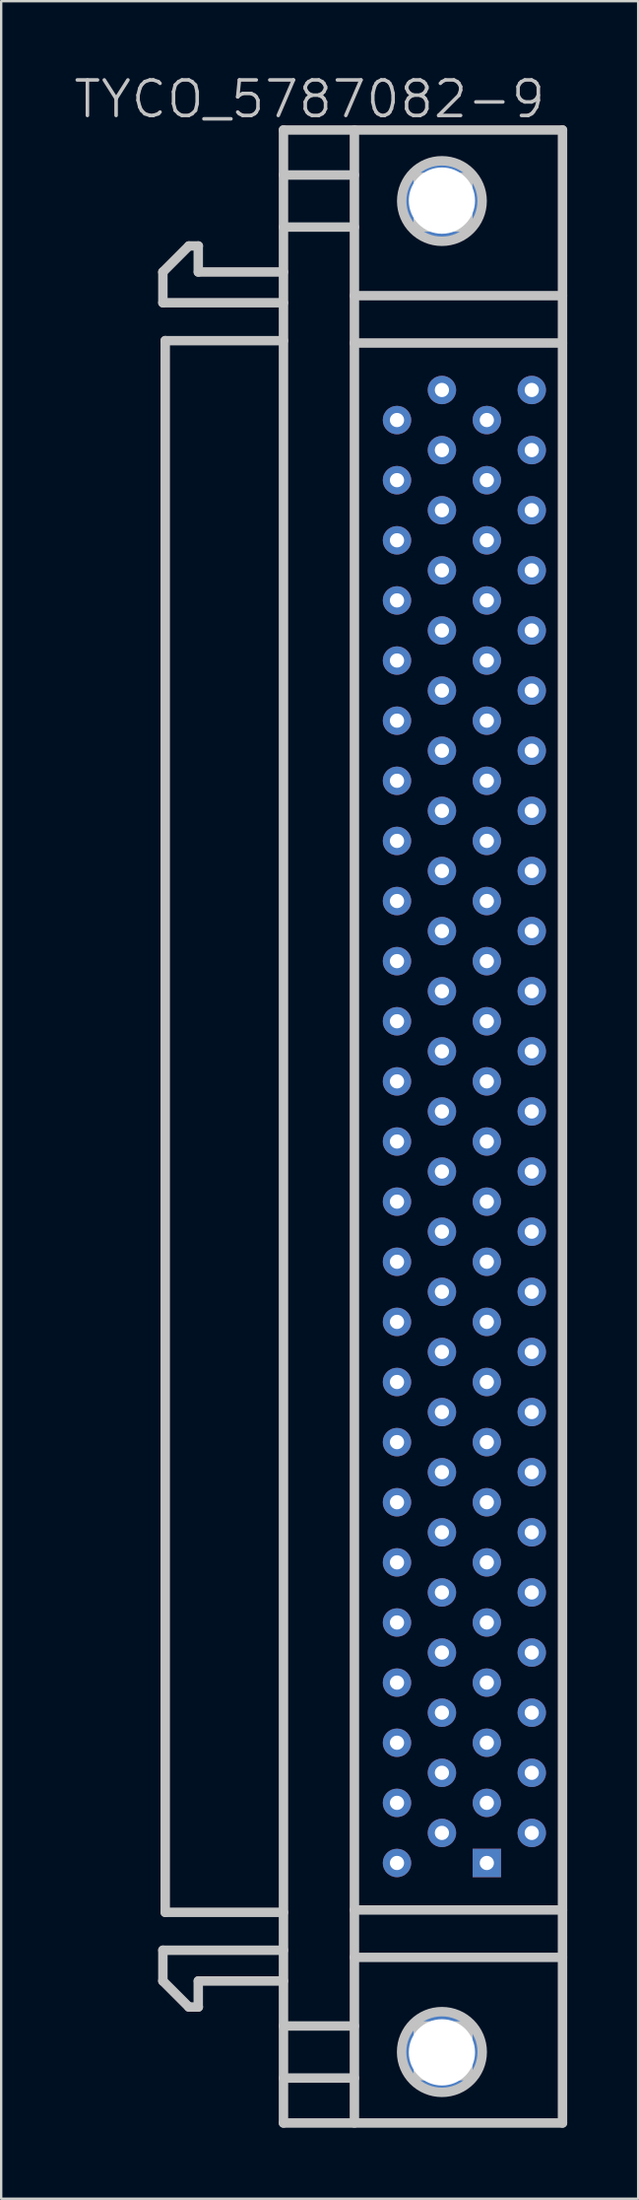
<source format=kicad_pcb>
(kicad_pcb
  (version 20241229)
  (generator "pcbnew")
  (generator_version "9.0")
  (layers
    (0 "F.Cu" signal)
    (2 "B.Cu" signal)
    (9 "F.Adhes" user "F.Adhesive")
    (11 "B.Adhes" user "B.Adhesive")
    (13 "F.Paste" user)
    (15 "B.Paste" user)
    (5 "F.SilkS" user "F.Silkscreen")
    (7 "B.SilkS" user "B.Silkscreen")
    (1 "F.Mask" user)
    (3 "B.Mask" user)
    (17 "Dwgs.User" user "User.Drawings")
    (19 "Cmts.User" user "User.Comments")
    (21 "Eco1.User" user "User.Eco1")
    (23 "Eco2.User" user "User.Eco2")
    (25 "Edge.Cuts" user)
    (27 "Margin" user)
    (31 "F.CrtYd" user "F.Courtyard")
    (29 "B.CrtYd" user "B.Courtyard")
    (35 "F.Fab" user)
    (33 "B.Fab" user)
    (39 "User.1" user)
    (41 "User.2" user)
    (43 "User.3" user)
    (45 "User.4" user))
  (footprint "TYCO_5787082-9"
    (layer "F.Cu")
    (at 10.039 44.541)
    (property "Reference" "TYCO_5787082-9" (at 0 -43.4 180) (layer "Dwgs.User") (effects (font (size 1.5 1.5) (thickness 0.15))))
    (attr through_hole)
    (fp_line (start -6.203 -36.098) (end -5.103 -37.198) (stroke (width 0.399) (type solid)) (layer "Dwgs.User"))
    (fp_line (start -6.203 36.098) (end -5.103 37.198) (stroke (width 0.399) (type solid)) (layer "Dwgs.User"))
    (fp_line (start -6.2 -36.101) (end -6.2 -34.801) (stroke (width 0.399) (type solid)) (layer "Dwgs.User"))
    (fp_line (start -6.2 -34.801) (end -1.1 -34.801) (stroke (width 0.399) (type solid)) (layer "Dwgs.User"))
    (fp_line (start -6.2 34.801) (end -1.1 34.801) (stroke (width 0.399) (type solid)) (layer "Dwgs.User"))
    (fp_line (start -6.2 36.101) (end -6.2 34.801) (stroke (width 0.399) (type solid)) (layer "Dwgs.User"))
    (fp_line (start -6.101 -33.198) (end -1.1 -33.198) (stroke (width 0.399) (type solid)) (layer "Dwgs.User"))
    (fp_line (start -6.101 33.2) (end -6.101 -33.2) (stroke (width 0.399) (type solid)) (layer "Dwgs.User"))
    (fp_line (start -6.101 33.2) (end -1.1 33.2) (stroke (width 0.399) (type solid)) (layer "Dwgs.User"))
    (fp_line (start -4.704 -37.198) (end -4.704 -36.098) (stroke (width 0.399) (type solid)) (layer "Dwgs.User"))
    (fp_line (start -4.704 37.198) (end -4.704 36.098) (stroke (width 0.399) (type solid)) (layer "Dwgs.User"))
    (fp_line (start -4.699 -37.201) (end -5.1 -37.201) (stroke (width 0.399) (type solid)) (layer "Dwgs.User"))
    (fp_line (start -4.699 -36.101) (end -1.1 -36.101) (stroke (width 0.399) (type solid)) (layer "Dwgs.User"))
    (fp_line (start -4.699 36.101) (end -1.1 36.101) (stroke (width 0.399) (type solid)) (layer "Dwgs.User"))
    (fp_line (start -4.699 37.201) (end -5.1 37.201) (stroke (width 0.399) (type solid)) (layer "Dwgs.User"))
    (fp_line (start -1.1 -37.998) (end 1.9 -37.998) (stroke (width 0.399) (type solid)) (layer "Dwgs.User"))
    (fp_line (start -1.1 42.1) (end -1.1 -42.1) (stroke (width 0.399) (type solid)) (layer "Dwgs.User"))
    (fp_line (start -1.1 42.1) (end 10.701 42.1) (stroke (width 0.399) (type solid)) (layer "Dwgs.User"))
    (fp_line (start 1.9 -42.1) (end 1.9 42.1) (stroke (width 0.399) (type solid)) (layer "Dwgs.User"))
    (fp_line (start 1.9 -40.198) (end -1.1 -40.198) (stroke (width 0.399) (type solid)) (layer "Dwgs.User"))
    (fp_line (start 1.9 -35.1) (end 10.701 -35.1) (stroke (width 0.399) (type solid)) (layer "Dwgs.User"))
    (fp_line (start 1.9 35.103) (end 10.701 35.103) (stroke (width 0.399) (type solid)) (layer "Dwgs.User"))
    (fp_line (start 1.9 38.001) (end -1.1 38.001) (stroke (width 0.399) (type solid)) (layer "Dwgs.User"))
    (fp_line (start 1.9 40.201) (end -1.1 40.201) (stroke (width 0.399) (type solid)) (layer "Dwgs.User"))
    (fp_line (start 4.6 -40.099) (end 6.701 -40.099) (stroke (width 0.399) (type solid)) (layer "Dwgs.User"))
    (fp_line (start 4.6 -37.998) (end 4.6 -40.099) (stroke (width 0.399) (type solid)) (layer "Dwgs.User"))
    (fp_line (start 4.6 38.001) (end 4.6 40.102) (stroke (width 0.399) (type solid)) (layer "Dwgs.User"))
    (fp_line (start 4.6 40.102) (end 6.701 40.102) (stroke (width 0.399) (type solid)) (layer "Dwgs.User"))
    (fp_line (start 6.701 -40.099) (end 6.701 -37.998) (stroke (width 0.399) (type solid)) (layer "Dwgs.User"))
    (fp_line (start 6.701 -37.998) (end 4.6 -37.998) (stroke (width 0.399) (type solid)) (layer "Dwgs.User"))
    (fp_line (start 6.701 38.001) (end 4.6 38.001) (stroke (width 0.399) (type solid)) (layer "Dwgs.User"))
    (fp_line (start 6.701 40.102) (end 6.701 38.001) (stroke (width 0.399) (type solid)) (layer "Dwgs.User"))
    (fp_line (start 10.701 -42.1) (end 10.701 42.1) (stroke (width 0.399) (type solid)) (layer "Dwgs.User"))
    (fp_line (start 10.701 -42.098) (end -1.1 -42.098) (stroke (width 0.399) (type solid)) (layer "Dwgs.User"))
    (fp_line (start 10.701 -33.099) (end 1.9 -33.099) (stroke (width 0.399) (type solid)) (layer "Dwgs.User"))
    (fp_line (start 10.701 33.101) (end 1.9 33.101) (stroke (width 0.399) (type solid)) (layer "Dwgs.User"))
    (fp_circle (center 5.601 -39.098) (end 6.401 -40.599) (stroke (width 0.399) (type solid)) (fill no) (layer "Dwgs.User"))
    (fp_circle (center 5.601 39.101) (end 5.499 40.803) (stroke (width 0.399) (type solid)) (fill no) (layer "Dwgs.User"))
    (pad "" thru_hole circle (at 5.601 -39.116 270) (size 3.4 3.4) (drill 2.8) (layers "*.Cu" "*.Mask"))
    (pad "" thru_hole circle (at 5.601 39.116 270) (size 3.4 3.4) (drill 2.8) (layers "*.Cu" "*.Mask"))
    (pad "1" thru_hole rect (at 7.501 31.115) (size 1.2 1.2) (drill 0.6) (layers "*.Cu" "*.Mask"))
    (pad "2" thru_hole circle (at 9.401 29.845 270) (size 1.2 1.2) (drill 0.6) (layers "*.Cu" "*.Mask"))
    (pad "3" thru_hole circle (at 7.501 28.575 270) (size 1.2 1.2) (drill 0.6) (layers "*.Cu" "*.Mask"))
    (pad "4" thru_hole circle (at 9.401 27.305 270) (size 1.2 1.2) (drill 0.6) (layers "*.Cu" "*.Mask"))
    (pad "5" thru_hole circle (at 7.501 26.035 270) (size 1.2 1.2) (drill 0.6) (layers "*.Cu" "*.Mask"))
    (pad "6" thru_hole circle (at 9.401 24.765 270) (size 1.2 1.2) (drill 0.6) (layers "*.Cu" "*.Mask"))
    (pad "7" thru_hole circle (at 7.501 23.495 270) (size 1.2 1.2) (drill 0.6) (layers "*.Cu" "*.Mask"))
    (pad "8" thru_hole circle (at 9.401 22.225 270) (size 1.2 1.2) (drill 0.6) (layers "*.Cu" "*.Mask"))
    (pad "9" thru_hole circle (at 7.501 20.955 270) (size 1.2 1.2) (drill 0.6) (layers "*.Cu" "*.Mask"))
    (pad "10" thru_hole circle (at 9.401 19.685 270) (size 1.2 1.2) (drill 0.6) (layers "*.Cu" "*.Mask"))
    (pad "11" thru_hole circle (at 7.501 18.415 270) (size 1.2 1.2) (drill 0.6) (layers "*.Cu" "*.Mask"))
    (pad "12" thru_hole circle (at 9.401 17.145 270) (size 1.2 1.2) (drill 0.6) (layers "*.Cu" "*.Mask"))
    (pad "13" thru_hole circle (at 7.501 15.875 270) (size 1.2 1.2) (drill 0.6) (layers "*.Cu" "*.Mask"))
    (pad "14" thru_hole circle (at 9.401 14.605 270) (size 1.2 1.2) (drill 0.6) (layers "*.Cu" "*.Mask"))
    (pad "15" thru_hole circle (at 7.501 13.335 270) (size 1.2 1.2) (drill 0.6) (layers "*.Cu" "*.Mask"))
    (pad "16" thru_hole circle (at 9.401 12.065 270) (size 1.2 1.2) (drill 0.6) (layers "*.Cu" "*.Mask"))
    (pad "17" thru_hole circle (at 7.501 10.795 270) (size 1.2 1.2) (drill 0.6) (layers "*.Cu" "*.Mask"))
    (pad "18" thru_hole circle (at 9.401 9.525 270) (size 1.2 1.2) (drill 0.6) (layers "*.Cu" "*.Mask"))
    (pad "19" thru_hole circle (at 7.501 8.255 270) (size 1.2 1.2) (drill 0.6) (layers "*.Cu" "*.Mask"))
    (pad "20" thru_hole circle (at 9.401 6.985 270) (size 1.2 1.2) (drill 0.6) (layers "*.Cu" "*.Mask"))
    (pad "21" thru_hole circle (at 7.501 5.715 270) (size 1.2 1.2) (drill 0.6) (layers "*.Cu" "*.Mask"))
    (pad "22" thru_hole circle (at 9.401 4.445 270) (size 1.2 1.2) (drill 0.6) (layers "*.Cu" "*.Mask"))
    (pad "23" thru_hole circle (at 7.501 3.175 270) (size 1.2 1.2) (drill 0.6) (layers "*.Cu" "*.Mask"))
    (pad "24" thru_hole circle (at 9.401 1.905 270) (size 1.2 1.2) (drill 0.6) (layers "*.Cu" "*.Mask"))
    (pad "25" thru_hole circle (at 7.501 0.635 270) (size 1.2 1.2) (drill 0.6) (layers "*.Cu" "*.Mask"))
    (pad "26" thru_hole circle (at 9.401 -0.635 270) (size 1.2 1.2) (drill 0.6) (layers "*.Cu" "*.Mask"))
    (pad "27" thru_hole circle (at 7.501 -1.905 270) (size 1.2 1.2) (drill 0.6) (layers "*.Cu" "*.Mask"))
    (pad "28" thru_hole circle (at 9.401 -3.175 270) (size 1.2 1.2) (drill 0.6) (layers "*.Cu" "*.Mask"))
    (pad "29" thru_hole circle (at 7.501 -4.445 270) (size 1.2 1.2) (drill 0.6) (layers "*.Cu" "*.Mask"))
    (pad "30" thru_hole circle (at 9.401 -5.715 270) (size 1.2 1.2) (drill 0.6) (layers "*.Cu" "*.Mask"))
    (pad "31" thru_hole circle (at 7.501 -6.985 270) (size 1.2 1.2) (drill 0.6) (layers "*.Cu" "*.Mask"))
    (pad "32" thru_hole circle (at 9.401 -8.255 270) (size 1.2 1.2) (drill 0.6) (layers "*.Cu" "*.Mask"))
    (pad "33" thru_hole circle (at 7.501 -9.525 270) (size 1.2 1.2) (drill 0.6) (layers "*.Cu" "*.Mask"))
    (pad "34" thru_hole circle (at 9.401 -10.795 270) (size 1.2 1.2) (drill 0.6) (layers "*.Cu" "*.Mask"))
    (pad "35" thru_hole circle (at 7.501 -12.065 270) (size 1.2 1.2) (drill 0.6) (layers "*.Cu" "*.Mask"))
    (pad "36" thru_hole circle (at 9.401 -13.335 270) (size 1.2 1.2) (drill 0.6) (layers "*.Cu" "*.Mask"))
    (pad "37" thru_hole circle (at 7.501 -14.605 270) (size 1.2 1.2) (drill 0.6) (layers "*.Cu" "*.Mask"))
    (pad "38" thru_hole circle (at 9.401 -15.875 270) (size 1.2 1.2) (drill 0.6) (layers "*.Cu" "*.Mask"))
    (pad "39" thru_hole circle (at 7.501 -17.145 270) (size 1.2 1.2) (drill 0.6) (layers "*.Cu" "*.Mask"))
    (pad "40" thru_hole circle (at 9.401 -18.415 270) (size 1.2 1.2) (drill 0.6) (layers "*.Cu" "*.Mask"))
    (pad "41" thru_hole circle (at 7.501 -19.685 270) (size 1.2 1.2) (drill 0.6) (layers "*.Cu" "*.Mask"))
    (pad "42" thru_hole circle (at 9.401 -20.955 270) (size 1.2 1.2) (drill 0.6) (layers "*.Cu" "*.Mask"))
    (pad "43" thru_hole circle (at 7.501 -22.225 270) (size 1.2 1.2) (drill 0.6) (layers "*.Cu" "*.Mask"))
    (pad "44" thru_hole circle (at 9.401 -23.495 270) (size 1.2 1.2) (drill 0.6) (layers "*.Cu" "*.Mask"))
    (pad "45" thru_hole circle (at 7.501 -24.765 270) (size 1.2 1.2) (drill 0.6) (layers "*.Cu" "*.Mask"))
    (pad "46" thru_hole circle (at 9.401 -26.035 270) (size 1.2 1.2) (drill 0.6) (layers "*.Cu" "*.Mask"))
    (pad "47" thru_hole circle (at 7.501 -27.305 270) (size 1.2 1.2) (drill 0.6) (layers "*.Cu" "*.Mask"))
    (pad "48" thru_hole circle (at 9.401 -28.575 270) (size 1.2 1.2) (drill 0.6) (layers "*.Cu" "*.Mask"))
    (pad "49" thru_hole circle (at 7.501 -29.845 270) (size 1.2 1.2) (drill 0.6) (layers "*.Cu" "*.Mask"))
    (pad "50" thru_hole circle (at 9.401 -31.115 270) (size 1.2 1.2) (drill 0.6) (layers "*.Cu" "*.Mask"))
    (pad "51" thru_hole circle (at 3.701 31.115 270) (size 1.2 1.2) (drill 0.6) (layers "*.Cu" "*.Mask"))
    (pad "52" thru_hole circle (at 5.601 29.845 270) (size 1.2 1.2) (drill 0.6) (layers "*.Cu" "*.Mask"))
    (pad "53" thru_hole circle (at 3.701 28.575 270) (size 1.2 1.2) (drill 0.6) (layers "*.Cu" "*.Mask"))
    (pad "54" thru_hole circle (at 5.601 27.305 270) (size 1.2 1.2) (drill 0.6) (layers "*.Cu" "*.Mask"))
    (pad "55" thru_hole circle (at 3.701 26.035 270) (size 1.2 1.2) (drill 0.6) (layers "*.Cu" "*.Mask"))
    (pad "56" thru_hole circle (at 5.601 24.765 270) (size 1.2 1.2) (drill 0.6) (layers "*.Cu" "*.Mask"))
    (pad "57" thru_hole circle (at 3.701 23.495 270) (size 1.2 1.2) (drill 0.6) (layers "*.Cu" "*.Mask"))
    (pad "58" thru_hole circle (at 5.601 22.225 270) (size 1.2 1.2) (drill 0.6) (layers "*.Cu" "*.Mask"))
    (pad "59" thru_hole circle (at 3.701 20.955 270) (size 1.2 1.2) (drill 0.6) (layers "*.Cu" "*.Mask"))
    (pad "60" thru_hole circle (at 5.601 19.685 270) (size 1.2 1.2) (drill 0.6) (layers "*.Cu" "*.Mask"))
    (pad "61" thru_hole circle (at 3.701 18.415 270) (size 1.2 1.2) (drill 0.6) (layers "*.Cu" "*.Mask"))
    (pad "62" thru_hole circle (at 5.601 17.145 270) (size 1.2 1.2) (drill 0.6) (layers "*.Cu" "*.Mask"))
    (pad "63" thru_hole circle (at 3.701 15.875 270) (size 1.2 1.2) (drill 0.6) (layers "*.Cu" "*.Mask"))
    (pad "64" thru_hole circle (at 5.601 14.605 270) (size 1.2 1.2) (drill 0.6) (layers "*.Cu" "*.Mask"))
    (pad "65" thru_hole circle (at 3.701 13.335 270) (size 1.2 1.2) (drill 0.6) (layers "*.Cu" "*.Mask"))
    (pad "66" thru_hole circle (at 5.601 12.065 270) (size 1.2 1.2) (drill 0.6) (layers "*.Cu" "*.Mask"))
    (pad "67" thru_hole circle (at 3.701 10.795 270) (size 1.2 1.2) (drill 0.6) (layers "*.Cu" "*.Mask"))
    (pad "68" thru_hole circle (at 5.601 9.525 270) (size 1.2 1.2) (drill 0.6) (layers "*.Cu" "*.Mask"))
    (pad "69" thru_hole circle (at 3.701 8.255 270) (size 1.2 1.2) (drill 0.6) (layers "*.Cu" "*.Mask"))
    (pad "70" thru_hole circle (at 5.601 6.985 270) (size 1.2 1.2) (drill 0.6) (layers "*.Cu" "*.Mask"))
    (pad "71" thru_hole circle (at 3.701 5.715 270) (size 1.2 1.2) (drill 0.6) (layers "*.Cu" "*.Mask"))
    (pad "72" thru_hole circle (at 5.601 4.445 270) (size 1.2 1.2) (drill 0.6) (layers "*.Cu" "*.Mask"))
    (pad "73" thru_hole circle (at 3.701 3.175 270) (size 1.2 1.2) (drill 0.6) (layers "*.Cu" "*.Mask"))
    (pad "74" thru_hole circle (at 5.601 1.905 270) (size 1.2 1.2) (drill 0.6) (layers "*.Cu" "*.Mask"))
    (pad "75" thru_hole circle (at 3.701 0.635 270) (size 1.2 1.2) (drill 0.6) (layers "*.Cu" "*.Mask"))
    (pad "76" thru_hole circle (at 5.601 -0.635 270) (size 1.2 1.2) (drill 0.6) (layers "*.Cu" "*.Mask"))
    (pad "77" thru_hole circle (at 3.701 -1.905 270) (size 1.2 1.2) (drill 0.6) (layers "*.Cu" "*.Mask"))
    (pad "78" thru_hole circle (at 5.601 -3.175 270) (size 1.2 1.2) (drill 0.6) (layers "*.Cu" "*.Mask"))
    (pad "79" thru_hole circle (at 3.701 -4.445 270) (size 1.2 1.2) (drill 0.6) (layers "*.Cu" "*.Mask"))
    (pad "80" thru_hole circle (at 5.601 -5.715 270) (size 1.2 1.2) (drill 0.6) (layers "*.Cu" "*.Mask"))
    (pad "81" thru_hole circle (at 3.701 -6.985 270) (size 1.2 1.2) (drill 0.6) (layers "*.Cu" "*.Mask"))
    (pad "82" thru_hole circle (at 5.601 -8.255 270) (size 1.2 1.2) (drill 0.6) (layers "*.Cu" "*.Mask"))
    (pad "83" thru_hole circle (at 3.701 -9.525 270) (size 1.2 1.2) (drill 0.6) (layers "*.Cu" "*.Mask"))
    (pad "84" thru_hole circle (at 5.601 -10.795 270) (size 1.2 1.2) (drill 0.6) (layers "*.Cu" "*.Mask"))
    (pad "85" thru_hole circle (at 3.701 -12.065 270) (size 1.2 1.2) (drill 0.6) (layers "*.Cu" "*.Mask"))
    (pad "86" thru_hole circle (at 5.601 -13.335 270) (size 1.2 1.2) (drill 0.6) (layers "*.Cu" "*.Mask"))
    (pad "87" thru_hole circle (at 3.701 -14.605 270) (size 1.2 1.2) (drill 0.6) (layers "*.Cu" "*.Mask"))
    (pad "88" thru_hole circle (at 5.601 -15.875 270) (size 1.2 1.2) (drill 0.6) (layers "*.Cu" "*.Mask"))
    (pad "89" thru_hole circle (at 3.701 -17.145 270) (size 1.2 1.2) (drill 0.6) (layers "*.Cu" "*.Mask"))
    (pad "90" thru_hole circle (at 5.601 -18.415 270) (size 1.2 1.2) (drill 0.6) (layers "*.Cu" "*.Mask"))
    (pad "91" thru_hole circle (at 3.701 -19.685 270) (size 1.2 1.2) (drill 0.6) (layers "*.Cu" "*.Mask"))
    (pad "92" thru_hole circle (at 5.601 -20.955 270) (size 1.2 1.2) (drill 0.6) (layers "*.Cu" "*.Mask"))
    (pad "93" thru_hole circle (at 3.701 -22.225 270) (size 1.2 1.2) (drill 0.6) (layers "*.Cu" "*.Mask"))
    (pad "94" thru_hole circle (at 5.601 -23.495 270) (size 1.2 1.2) (drill 0.6) (layers "*.Cu" "*.Mask"))
    (pad "95" thru_hole circle (at 3.701 -24.765 270) (size 1.2 1.2) (drill 0.6) (layers "*.Cu" "*.Mask"))
    (pad "96" thru_hole circle (at 5.601 -26.035 270) (size 1.2 1.2) (drill 0.6) (layers "*.Cu" "*.Mask"))
    (pad "97" thru_hole circle (at 3.701 -27.305 270) (size 1.2 1.2) (drill 0.6) (layers "*.Cu" "*.Mask"))
    (pad "98" thru_hole circle (at 5.601 -28.575 270) (size 1.2 1.2) (drill 0.6) (layers "*.Cu" "*.Mask"))
    (pad "99" thru_hole circle (at 3.701 -29.845 270) (size 1.2 1.2) (drill 0.6) (layers "*.Cu" "*.Mask"))
    (pad "100" thru_hole circle (at 5.601 -31.115 270) (size 1.2 1.2) (drill 0.6) (layers "*.Cu" "*.Mask")))
  (gr_rect
    (start -3 -3)
    (end 23.94 89.841)
    (stroke (width 0.1) (type default))
    (fill no)
    (layer "Edge.Cuts")))
</source>
